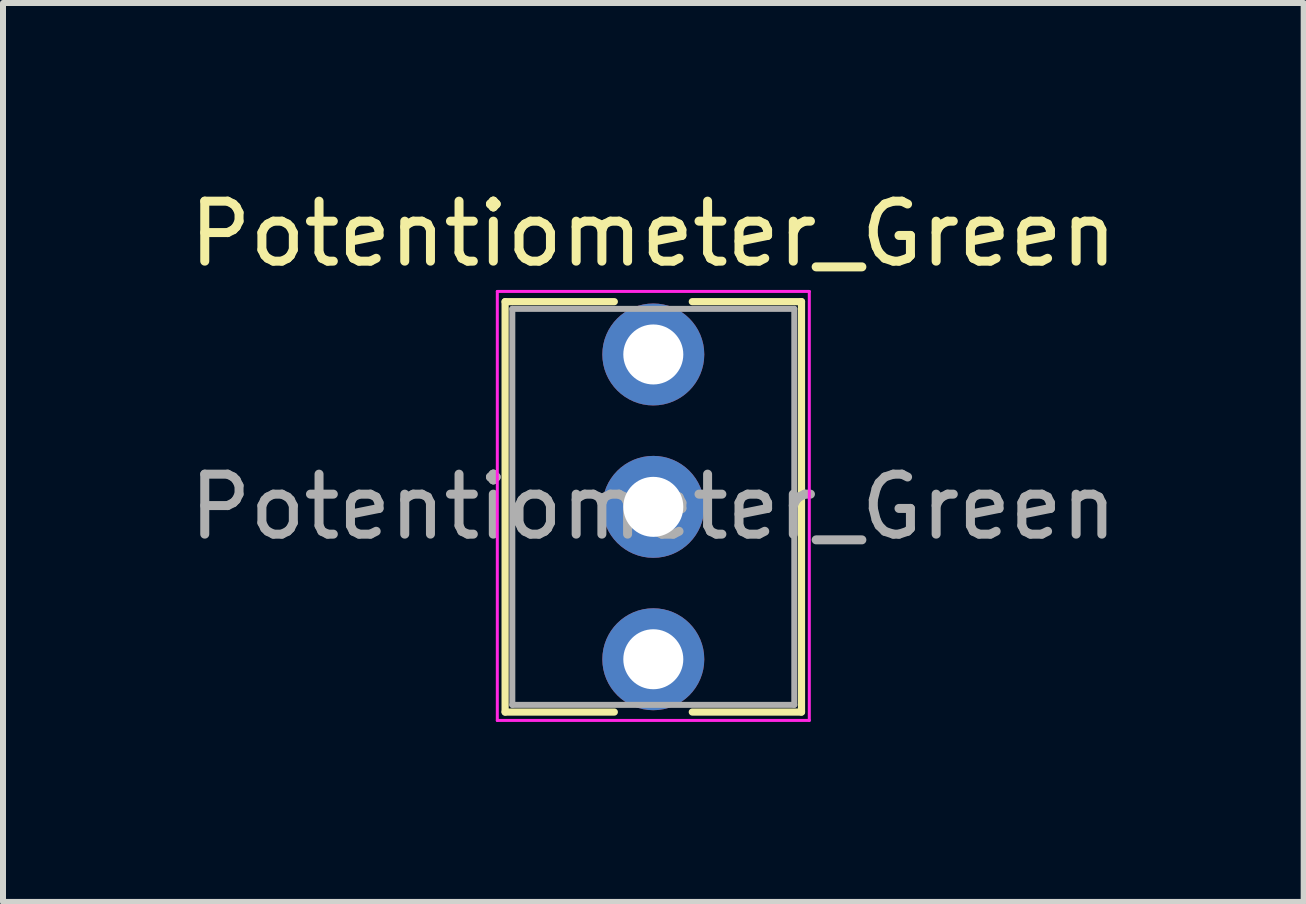
<source format=kicad_pcb>
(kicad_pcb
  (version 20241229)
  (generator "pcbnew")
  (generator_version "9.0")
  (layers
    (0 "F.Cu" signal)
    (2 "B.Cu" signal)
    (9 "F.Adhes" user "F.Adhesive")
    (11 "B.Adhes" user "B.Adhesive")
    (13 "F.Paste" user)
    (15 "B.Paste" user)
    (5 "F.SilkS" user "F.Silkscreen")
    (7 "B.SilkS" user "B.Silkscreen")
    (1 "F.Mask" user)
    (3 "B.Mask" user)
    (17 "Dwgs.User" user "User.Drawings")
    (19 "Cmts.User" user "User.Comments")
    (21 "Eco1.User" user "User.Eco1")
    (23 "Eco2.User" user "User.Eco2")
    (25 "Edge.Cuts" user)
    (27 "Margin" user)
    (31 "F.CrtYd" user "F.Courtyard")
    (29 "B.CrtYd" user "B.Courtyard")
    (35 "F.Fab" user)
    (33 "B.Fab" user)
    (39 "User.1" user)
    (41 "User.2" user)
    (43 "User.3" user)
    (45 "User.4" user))
  (footprint "Potentiometer_Green"
    (layer "F.Cu")
    (at 7.839 2.858)
    (property "Reference" "Potentiometer_Green" (at 0 -2.01 0) (layer "F.SilkS") (effects (font (size 1 1) (thickness 0.15))))
    (attr through_hole)
    (fp_line (start -2.47 -0.88) (end -2.47 5.96) (stroke (width 0.12) (type solid)) (layer "F.SilkS"))
    (fp_line (start -2.47 -0.88) (end -0.65 -0.88) (stroke (width 0.12) (type solid)) (layer "F.SilkS"))
    (fp_line (start -2.47 5.96) (end -0.65 5.96) (stroke (width 0.12) (type solid)) (layer "F.SilkS"))
    (fp_line (start 0.65 -0.88) (end 2.47 -0.88) (stroke (width 0.12) (type solid)) (layer "F.SilkS"))
    (fp_line (start 0.65 5.96) (end 2.47 5.96) (stroke (width 0.12) (type solid)) (layer "F.SilkS"))
    (fp_line (start 2.47 -0.88) (end 2.47 5.96) (stroke (width 0.12) (type solid)) (layer "F.SilkS"))
    (fp_line (start -2.6 -1.05) (end -2.6 6.1) (stroke (width 0.05) (type solid)) (layer "F.CrtYd"))
    (fp_line (start -2.6 6.1) (end 2.6 6.1) (stroke (width 0.05) (type solid)) (layer "F.CrtYd"))
    (fp_line (start 2.6 -1.05) (end -2.6 -1.05) (stroke (width 0.05) (type solid)) (layer "F.CrtYd"))
    (fp_line (start 2.6 6.1) (end 2.6 -1.05) (stroke (width 0.05) (type solid)) (layer "F.CrtYd"))
    (fp_line (start -2.35 -0.76) (end 2.35 -0.76) (stroke (width 0.1) (type solid)) (layer "F.Fab"))
    (fp_line (start -2.35 5.84) (end -2.35 -0.76) (stroke (width 0.1) (type solid)) (layer "F.Fab"))
    (fp_line (start 2.35 -0.76) (end 2.35 5.84) (stroke (width 0.1) (type solid)) (layer "F.Fab"))
    (fp_line (start 2.35 5.84) (end -2.35 5.84) (stroke (width 0.1) (type solid)) (layer "F.Fab"))
    (fp_text user "${REFERENCE}" (at 0 2.54 0) (layer "F.Fab") (effects (font (size 1 1) (thickness 0.15))))
    (pad "1" thru_hole circle (at 0 0) (size 1.699 1.699) (drill 1) (layers "*.Cu" "*.Mask"))
    (pad "2" thru_hole circle (at 0 2.54) (size 1.699 1.699) (drill 1) (layers "*.Cu" "*.Mask"))
    (pad "3" thru_hole circle (at 0 5.08) (size 1.699 1.699) (drill 1) (layers "*.Cu" "*.Mask")))
  (gr_rect
    (start -3 -3)
    (end 18.679 11.983)
    (stroke (width 0.1) (type default))
    (fill no)
    (layer "Edge.Cuts")))
</source>
